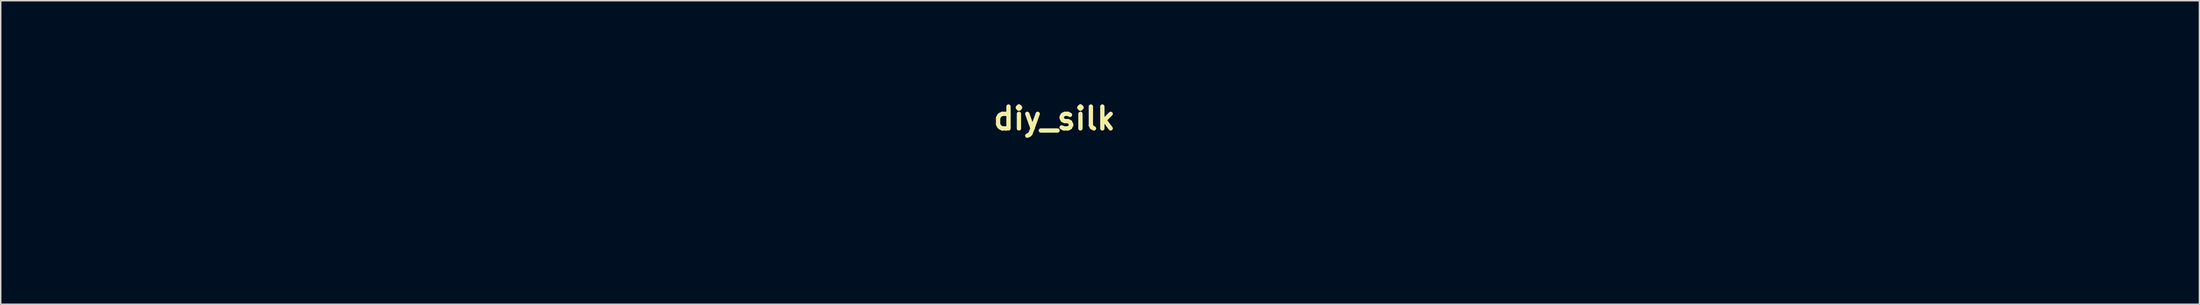
<source format=kicad_pcb>
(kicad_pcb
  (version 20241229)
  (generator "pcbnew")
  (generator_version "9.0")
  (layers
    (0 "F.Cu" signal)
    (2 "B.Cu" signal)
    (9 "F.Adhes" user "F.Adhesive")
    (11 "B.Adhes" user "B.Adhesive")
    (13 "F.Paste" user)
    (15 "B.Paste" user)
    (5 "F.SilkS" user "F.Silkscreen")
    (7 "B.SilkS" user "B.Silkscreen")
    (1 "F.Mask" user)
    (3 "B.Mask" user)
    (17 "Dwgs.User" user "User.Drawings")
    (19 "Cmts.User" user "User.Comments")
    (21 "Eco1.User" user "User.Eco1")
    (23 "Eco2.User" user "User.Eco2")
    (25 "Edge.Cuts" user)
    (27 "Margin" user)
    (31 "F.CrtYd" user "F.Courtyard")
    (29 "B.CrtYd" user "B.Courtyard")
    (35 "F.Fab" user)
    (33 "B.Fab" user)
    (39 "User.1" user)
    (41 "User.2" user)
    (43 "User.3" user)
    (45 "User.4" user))
  (footprint "diy_silk"
    (layer "F.Cu")
    (at 70.343 5.208)
    (property "Reference" "diy_silk" (at 0 0 0) (layer "F.SilkS") (effects (font (size 1.524 1.524) (thickness 0.3))))
    (attr through_hole)
    (fp_poly (pts (xy -33.275 5.21) (xy -33.253 5.421) (xy -33.275 5.447) (xy -33.38 5.423) (xy -33.393 5.329) (xy -33.328 5.182) (xy -33.275 5.21)) (stroke (width 0.01) (type solid)) (fill yes) (layer "F.Mask"))
    (fp_poly (pts (xy 52.517 5.21) (xy 52.538 5.421) (xy 52.517 5.447) (xy 52.411 5.423) (xy 52.399 5.329) (xy 52.464 5.182) (xy 52.517 5.21)) (stroke (width 0.01) (type solid)) (fill yes) (layer "F.Mask"))
    (fp_poly (pts (xy 30.444 -0.034) (xy 30.659 0.39) (xy 30.659 1.083) (xy 30.649 1.153) (xy 30.529 1.954) (xy 28.457 1.954) (xy 28.639 1.238) (xy 28.912 0.616) (xy 29.338 0.122) (xy 29.828 -0.151) (xy 30.02 -0.178) (xy 30.444 -0.034)) (stroke (width 0.01) (type solid)) (fill yes) (layer "F.Mask"))
    (fp_poly (pts (xy 69.699 -0.034) (xy 69.913 0.39) (xy 69.914 1.083) (xy 69.904 1.153) (xy 69.784 1.954) (xy 67.712 1.954) (xy 67.894 1.238) (xy 68.167 0.616) (xy 68.593 0.122) (xy 69.083 -0.151) (xy 69.275 -0.178) (xy 69.699 -0.034)) (stroke (width 0.01) (type solid)) (fill yes) (layer "F.Mask"))
    (fp_poly (pts (xy 0.39 2.696) (xy 1.017 2.753) (xy 0.767 3.604) (xy 0.492 4.271) (xy 0.091 4.706) (xy -0.052 4.802) (xy -0.478 5.051) (xy -0.736 5.127) (xy -0.959 5.044) (xy -1.157 4.905) (xy -1.368 4.687) (xy -1.405 4.387) (xy -1.324 3.989) (xy -0.994 3.288) (xy -0.452 2.841) (xy 0.248 2.689) (xy 0.39 2.696)) (stroke (width 0.01) (type solid)) (fill yes) (layer "F.Mask"))
    (fp_poly (pts (xy 21.349 2.696) (xy 21.976 2.753) (xy 21.727 3.604) (xy 21.451 4.271) (xy 21.051 4.706) (xy 20.908 4.802) (xy 20.481 5.051) (xy 20.224 5.127) (xy 20.001 5.044) (xy 19.803 4.905) (xy 19.592 4.687) (xy 19.555 4.387) (xy 19.635 3.989) (xy 19.965 3.288) (xy 20.507 2.841) (xy 21.207 2.689) (xy 21.349 2.696)) (stroke (width 0.01) (type solid)) (fill yes) (layer "F.Mask"))
    (fp_poly (pts (xy -42.444 0.088) (xy -42.309 0.574) (xy -42.347 1.344) (xy -42.545 2.387) (xy -42.774 3.286) (xy -42.99 3.9) (xy -43.226 4.295) (xy -43.515 4.537) (xy -43.634 4.599) (xy -44.182 4.778) (xy -44.562 4.708) (xy -44.757 4.534) (xy -44.845 4.337) (xy -44.856 4.005) (xy -44.784 3.472) (xy -44.622 2.672) (xy -44.593 2.536) (xy -44.346 1.512) (xy -44.111 0.788) (xy -43.861 0.311) (xy -43.568 0.028) (xy -43.246 -0.106) (xy -42.755 -0.134) (xy -42.444 0.088)) (stroke (width 0.01) (type solid)) (fill yes) (layer "F.Mask"))
    (fp_poly (pts (xy -26.184 -0.106) (xy -25.916 0.109) (xy -25.82 0.449) (xy -25.832 1.032) (xy -25.933 1.768) (xy -26.103 2.569) (xy -26.321 3.346) (xy -26.568 4.01) (xy -26.825 4.472) (xy -26.918 4.574) (xy -27.467 4.915) (xy -27.948 4.927) (xy -28.206 4.76) (xy -28.346 4.549) (xy -28.402 4.236) (xy -28.371 3.76) (xy -28.249 3.061) (xy -28.049 2.145) (xy -27.834 1.302) (xy -27.635 0.735) (xy -27.417 0.367) (xy -27.225 0.178) (xy -26.658 -0.133) (xy -26.184 -0.106)) (stroke (width 0.01) (type solid)) (fill yes) (layer "F.Mask"))
    (fp_poly (pts (xy -21.033 -0.106) (xy -20.765 0.109) (xy -20.669 0.449) (xy -20.681 1.032) (xy -20.782 1.768) (xy -20.952 2.569) (xy -21.17 3.346) (xy -21.417 4.01) (xy -21.674 4.472) (xy -21.767 4.574) (xy -22.316 4.915) (xy -22.797 4.927) (xy -23.055 4.76) (xy -23.195 4.549) (xy -23.251 4.236) (xy -23.22 3.76) (xy -23.098 3.061) (xy -22.897 2.145) (xy -22.683 1.302) (xy -22.484 0.735) (xy -22.266 0.367) (xy -22.074 0.178) (xy -21.507 -0.133) (xy -21.033 -0.106)) (stroke (width 0.01) (type solid)) (fill yes) (layer "F.Mask"))
    (fp_poly (pts (xy 9.756 0.058) (xy 9.9 0.506) (xy 9.884 1.226) (xy 9.714 2.239) (xy 9.598 2.751) (xy 9.369 3.589) (xy 9.13 4.153) (xy 8.848 4.524) (xy 8.795 4.572) (xy 8.239 4.912) (xy 7.759 4.923) (xy 7.453 4.698) (xy 7.36 4.511) (xy 7.338 4.211) (xy 7.394 3.732) (xy 7.532 3.004) (xy 7.613 2.618) (xy 7.859 1.575) (xy 8.093 0.833) (xy 8.341 0.34) (xy 8.628 0.044) (xy 8.974 -0.106) (xy 9.45 -0.139) (xy 9.756 0.058)) (stroke (width 0.01) (type solid)) (fill yes) (layer "F.Mask"))
    (fp_poly (pts (xy 43.267 -0.106) (xy 43.534 0.109) (xy 43.63 0.449) (xy 43.618 1.032) (xy 43.517 1.768) (xy 43.348 2.569) (xy 43.129 3.346) (xy 42.882 4.01) (xy 42.626 4.472) (xy 42.533 4.574) (xy 41.983 4.915) (xy 41.502 4.927) (xy 41.244 4.76) (xy 41.104 4.549) (xy 41.048 4.236) (xy 41.079 3.76) (xy 41.201 3.061) (xy 41.402 2.145) (xy 41.616 1.302) (xy 41.816 0.735) (xy 42.033 0.367) (xy 42.225 0.178) (xy 42.792 -0.133) (xy 43.267 -0.106)) (stroke (width 0.01) (type solid)) (fill yes) (layer "F.Mask"))
    (fp_poly (pts (xy 59.608 -0.106) (xy 59.875 0.109) (xy 59.972 0.449) (xy 59.959 1.032) (xy 59.858 1.768) (xy 59.689 2.569) (xy 59.471 3.346) (xy 59.223 4.01) (xy 58.967 4.472) (xy 58.874 4.574) (xy 58.324 4.915) (xy 57.843 4.927) (xy 57.585 4.76) (xy 57.445 4.549) (xy 57.389 4.236) (xy 57.42 3.76) (xy 57.542 3.061) (xy 57.743 2.145) (xy 57.957 1.302) (xy 58.157 0.735) (xy 58.374 0.367) (xy 58.566 0.178) (xy 59.133 -0.133) (xy 59.608 -0.106)) (stroke (width 0.01) (type solid)) (fill yes) (layer "F.Mask"))
    (fp_poly (pts (xy -32.048 -0.668) (xy -32.049 -0.469) (xy -32.12 0.015) (xy -32.248 0.721) (xy -32.423 1.588) (xy -32.536 2.115) (xy -32.762 3.131) (xy -32.932 3.852) (xy -33.067 4.327) (xy -33.188 4.608) (xy -33.315 4.746) (xy -33.467 4.791) (xy -33.604 4.796) (xy -33.999 4.735) (xy -34.195 4.614) (xy -34.201 4.381) (xy -34.138 3.873) (xy -34.017 3.159) (xy -33.848 2.31) (xy -33.809 2.127) (xy -33.311 -0.178) (xy -32.73 -0.178) (xy -32.304 -0.234) (xy -32.153 -0.426) (xy -32.15 -0.474) (xy -32.103 -0.676) (xy -32.048 -0.668)) (stroke (width 0.01) (type solid)) (fill yes) (layer "F.Mask"))
    (fp_poly (pts (xy 53.743 -0.668) (xy 53.742 -0.469) (xy 53.672 0.015) (xy 53.544 0.721) (xy 53.369 1.588) (xy 53.255 2.115) (xy 53.03 3.131) (xy 52.86 3.852) (xy 52.724 4.327) (xy 52.604 4.608) (xy 52.477 4.746) (xy 52.325 4.791) (xy 52.187 4.796) (xy 51.793 4.735) (xy 51.597 4.614) (xy 51.591 4.381) (xy 51.654 3.873) (xy 51.775 3.159) (xy 51.943 2.31) (xy 51.982 2.127) (xy 52.48 -0.178) (xy 53.061 -0.178) (xy 53.488 -0.234) (xy 53.639 -0.426) (xy 53.642 -0.474) (xy 53.689 -0.676) (xy 53.743 -0.668)) (stroke (width 0.01) (type solid)) (fill yes) (layer "F.Mask"))
    (fp_poly (pts (xy -64.577 -2.733) (xy -64.059 -2.439) (xy -63.792 -2.008) (xy -63.771 -1.821) (xy -63.81 -1.544) (xy -63.915 -0.991) (xy -64.072 -0.23) (xy -64.267 0.67) (xy -64.369 1.127) (xy -64.652 2.323) (xy -64.908 3.216) (xy -65.167 3.851) (xy -65.461 4.277) (xy -65.82 4.539) (xy -66.276 4.686) (xy -66.77 4.754) (xy -67.291 4.775) (xy -67.615 4.729) (xy -67.674 4.674) (xy -67.637 4.457) (xy -67.533 3.948) (xy -67.443 3.524) (xy -66.252 3.524) (xy -66.24 3.552) (xy -66.1 3.402) (xy -65.938 3.033) (xy -65.918 2.975) (xy -65.806 2.57) (xy -65.641 1.914) (xy -65.449 1.103) (xy -65.282 0.371) (xy -65.072 -0.62) (xy -64.956 -1.296) (xy -64.933 -1.682) (xy -64.999 -1.804) (xy -65.114 -1.732) (xy -65.2 -1.519) (xy -65.331 -1.046) (xy -65.494 -0.384) (xy -65.672 0.396) (xy -65.849 1.22) (xy -66.011 2.017) (xy -66.143 2.714) (xy -66.228 3.241) (xy -66.252 3.524) (xy -67.443 3.524) (xy -67.374 3.201) (xy -67.172 2.27) (xy -66.938 1.21) (xy -66.875 0.927) (xy -66.635 -0.152) (xy -66.424 -1.11) (xy -66.253 -1.893) (xy -66.134 -2.45) (xy -66.078 -2.727) (xy -66.076 -2.747) (xy -65.917 -2.804) (xy -65.515 -2.838) (xy -65.276 -2.842) (xy -64.577 -2.733)) (stroke (width 0.01) (type solid)) (fill yes) (layer "F.Mask"))
    (fp_poly (pts (xy 12.409 -5.008) (xy 12.523 -4.973) (xy 13.101 -4.671) (xy 13.397 -4.216) (xy 13.428 -3.563) (xy 13.337 -3.095) (xy 13.224 -2.57) (xy 13.236 -2.247) (xy 13.389 -1.987) (xy 13.491 -1.874) (xy 13.753 -1.529) (xy 13.855 -1.274) (xy 13.956 -1.261) (xy 14.213 -1.471) (xy 14.373 -1.64) (xy 14.763 -2.013) (xy 15.157 -2.181) (xy 15.72 -2.22) (xy 16.296 -2.179) (xy 16.681 -2.011) (xy 16.978 -1.722) (xy 17.407 -1.224) (xy 17.83 -1.715) (xy 18.061 -1.953) (xy 18.315 -2.104) (xy 18.682 -2.194) (xy 19.252 -2.247) (xy 19.828 -2.275) (xy 20.984 -2.319) (xy 21.848 -2.33) (xy 22.48 -2.306) (xy 22.94 -2.244) (xy 23.292 -2.139) (xy 23.443 -2.071) (xy 23.913 -1.922) (xy 24.128 -1.996) (xy 24.428 -2.112) (xy 25.002 -2.178) (xy 25.768 -2.19) (xy 26.288 -2.168) (xy 26.764 -2.161) (xy 27.42 -2.179) (xy 28.151 -2.216) (xy 28.855 -2.266) (xy 29.425 -2.321) (xy 29.757 -2.376) (xy 29.777 -2.383) (xy 30.089 -2.404) (xy 30.601 -2.349) (xy 30.924 -2.289) (xy 31.829 -1.945) (xy 32.543 -1.372) (xy 33.004 -0.628) (xy 33.123 -0.198) (xy 33.14 0.283) (xy 33.086 0.953) (xy 32.977 1.706) (xy 32.833 2.437) (xy 32.672 3.043) (xy 32.512 3.419) (xy 32.484 3.455) (xy 32.368 3.744) (xy 32.327 4.13) (xy 32.161 4.924) (xy 31.707 5.669) (xy 31.032 6.318) (xy 30.204 6.822) (xy 29.29 7.135) (xy 28.358 7.208) (xy 28.026 7.165) (xy 27.15 6.879) (xy 26.397 6.408) (xy 25.86 5.819) (xy 25.703 5.506) (xy 25.631 5.455) (xy 25.592 5.711) (xy 25.592 5.728) (xy 25.44 6.247) (xy 25.086 6.695) (xy 24.64 6.942) (xy 24.556 6.956) (xy 24.227 6.974) (xy 23.628 6.998) (xy 22.845 7.024) (xy 21.965 7.05) (xy 21.073 7.073) (xy 20.254 7.092) (xy 19.595 7.104) (xy 19.194 7.106) (xy 18.606 7.007) (xy 18.031 6.775) (xy 18.015 6.765) (xy 17.622 6.559) (xy 17.386 6.543) (xy 17.168 6.71) (xy 16.758 6.911) (xy 16.079 7) (xy 15.978 7.003) (xy 15.394 6.982) (xy 15.018 6.863) (xy 14.706 6.595) (xy 14.639 6.518) (xy 14.21 6.019) (xy 13.81 6.484) (xy 13.27 6.869) (xy 12.571 7.051) (xy 11.864 7.002) (xy 11.545 6.879) (xy 11.178 6.736) (xy 10.808 6.773) (xy 10.489 6.889) (xy 9.814 7.046) (xy 9.246 7.04) (xy 8.637 7.016) (xy 7.981 7.088) (xy 7.904 7.105) (xy 6.942 7.176) (xy 6.069 6.956) (xy 5.353 6.474) (xy 4.867 5.773) (xy 4.632 5.24) (xy 4.625 5.728) (xy 4.479 6.246) (xy 4.127 6.695) (xy 3.679 6.944) (xy 3.597 6.957) (xy 3.301 6.971) (xy 2.735 6.986) (xy 1.984 7.001) (xy 1.243 7.011) (xy 0.394 7.03) (xy -0.349 7.062) (xy -0.901 7.102) (xy -1.155 7.139) (xy -1.565 7.163) (xy -2.086 7.084) (xy -2.131 7.072) (xy -2.638 6.959) (xy -3.038 6.914) (xy -3.064 6.914) (xy -3.996 6.951) (xy -4.64 6.965) (xy -5.065 6.949) (xy -5.337 6.894) (xy -5.525 6.794) (xy -5.695 6.64) (xy -5.722 6.613) (xy -5.919 6.394) (xy -6.016 6.173) (xy -6.023 5.85) (xy -5.948 5.33) (xy -5.876 4.932) (xy -5.746 4.22) (xy -5.63 3.584) (xy -5.554 3.159) (xy -5.553 3.153) (xy -5.542 2.802) (xy -5.633 2.664) (xy -5.737 2.827) (xy -5.886 3.265) (xy -6.059 3.908) (xy -6.192 4.485) (xy -6.427 5.484) (xy -6.66 6.183) (xy -6.933 6.633) (xy -7.288 6.885) (xy -7.768 6.992) (xy -8.256 7.007) (xy -9.093 6.901) (xy -9.656 6.608) (xy -9.925 6.141) (xy -9.947 5.925) (xy -9.925 5.73) (xy -8.881 5.73) (xy -8.725 5.815) (xy -8.339 5.835) (xy -8.218 5.828) (xy -7.555 5.773) (xy -7.175 4.056) (xy -6.956 3.048) (xy -6.794 2.333) (xy -6.654 1.862) (xy -6.501 1.585) (xy -6.3 1.451) (xy -6.016 1.412) (xy -5.615 1.417) (xy -5.325 1.421) (xy -4.713 1.434) (xy -4.27 1.468) (xy -4.086 1.517) (xy -4.085 1.52) (xy -4.122 1.723) (xy -4.222 2.199) (xy -4.37 2.874) (xy -4.529 3.587) (xy -4.707 4.386) (xy -4.85 5.06) (xy -4.944 5.532) (xy -4.973 5.719) (xy -4.818 5.811) (xy -4.432 5.835) (xy -4.312 5.828) (xy -3.65 5.773) (xy -3.506 5.134) (xy -2.794 5.134) (xy -2.572 5.666) (xy -2.098 5.96) (xy -1.461 6.038) (xy -0.837 5.982) (xy -0.278 5.844) (xy -0.133 5.782) (xy 0.206 5.654) (xy 0.355 5.696) (xy 0.355 5.705) (xy 0.511 5.806) (xy 0.897 5.835) (xy 1.018 5.828) (xy 1.681 5.773) (xy 1.7 5.687) (xy 2.192 5.687) (xy 2.296 5.825) (xy 2.642 5.86) (xy 2.839 5.862) (xy 3.285 5.84) (xy 3.534 5.788) (xy 3.552 5.766) (xy 3.598 5.427) (xy 3.719 4.84) (xy 3.893 4.091) (xy 4.098 3.269) (xy 4.312 2.462) (xy 4.511 1.756) (xy 4.675 1.24) (xy 4.763 1.024) (xy 5.069 0.665) (xy 5.497 0.351) (xy 5.963 0.117) (xy 6.383 -0.000378) (xy 6.671 0.034) (xy 6.75 0.188) (xy 6.712 0.428) (xy 6.611 0.937) (xy 6.462 1.636) (xy 6.306 2.344) (xy 6.045 3.585) (xy 5.904 4.525) (xy 5.895 5.199) (xy 6.029 5.644) (xy 6.318 5.897) (xy 6.772 5.994) (xy 7.404 5.972) (xy 7.443 5.968) (xy 8.218 5.909) (xy 9.033 5.876) (xy 9.348 5.873) (xy 10.259 5.88) (xy 10.531 4.672) (xy 10.705 3.888) (xy 10.911 2.947) (xy 11.108 2.04) (xy 11.126 1.954) (xy 11.284 1.251) (xy 11.394 0.86) (xy 11.473 0.744) (xy 11.539 0.865) (xy 11.566 0.977) (xy 11.616 1.377) (xy 11.66 2.029) (xy 11.691 2.831) (xy 11.702 3.405) (xy 11.72 4.214) (xy 11.754 4.909) (xy 11.796 5.4) (xy 11.831 5.581) (xy 12.094 5.799) (xy 12.517 5.862) (xy 12.762 5.849) (xy 12.958 5.775) (xy 13.144 5.588) (xy 13.361 5.235) (xy 13.646 4.663) (xy 14.036 3.826) (xy 14.402 3.066) (xy 14.726 2.45) (xy 14.975 2.036) (xy 15.117 1.881) (xy 15.127 1.883) (xy 15.187 2.087) (xy 15.235 2.571) (xy 15.267 3.256) (xy 15.276 3.918) (xy 15.276 5.862) (xy 16.52 5.862) (xy 17.805 3.286) (xy 18.285 2.328) (xy 18.641 1.643) (xy 18.906 1.185) (xy 19.112 0.908) (xy 19.293 0.768) (xy 19.482 0.717) (xy 19.661 0.71) (xy 20.318 0.539) (xy 20.677 0.266) (xy 21.168 -0.099) (xy 21.647 -0.146) (xy 22.037 0.006) (xy 22.322 0.351) (xy 22.356 0.946) (xy 22.268 1.377) (xy 22.172 1.599) (xy 21.976 1.719) (xy 21.588 1.768) (xy 21.072 1.777) (xy 20.018 1.895) (xy 19.215 2.257) (xy 18.644 2.882) (xy 18.285 3.784) (xy 18.18 4.344) (xy 18.166 5.134) (xy 18.388 5.666) (xy 18.862 5.96) (xy 19.498 6.038) (xy 20.123 5.982) (xy 20.682 5.844) (xy 20.826 5.782) (xy 21.165 5.654) (xy 21.314 5.696) (xy 21.315 5.705) (xy 21.47 5.806) (xy 21.856 5.835) (xy 21.977 5.828) (xy 22.64 5.773) (xy 22.659 5.687) (xy 23.152 5.687) (xy 23.256 5.825) (xy 23.601 5.86) (xy 23.798 5.862) (xy 24.244 5.84) (xy 24.493 5.788) (xy 24.512 5.766) (xy 24.557 5.427) (xy 24.678 4.84) (xy 24.852 4.091) (xy 25.057 3.269) (xy 25.271 2.462) (xy 25.471 1.756) (xy 25.634 1.24) (xy 25.723 1.024) (xy 26.119 0.586) (xy 26.686 0.217) (xy 27.263 0.014) (xy 27.421 0) (xy 27.605 0.065) (xy 27.562 0.32) (xy 27.529 0.4) (xy 27.387 0.832) (xy 27.213 1.505) (xy 27.031 2.311) (xy 26.861 3.144) (xy 26.727 3.897) (xy 26.652 4.461) (xy 26.643 4.624) (xy 26.807 5.237) (xy 27.079 5.603) (xy 27.415 5.869) (xy 27.82 6.001) (xy 28.428 6.039) (xy 28.509 6.039) (xy 29.17 5.992) (xy 29.765 5.87) (xy 30.011 5.776) (xy 30.54 5.402) (xy 30.977 4.914) (xy 31.231 4.428) (xy 31.262 4.239) (xy 31.132 3.964) (xy 30.804 3.879) (xy 30.373 3.974) (xy 29.933 4.235) (xy 29.724 4.441) (xy 29.243 4.847) (xy 28.763 4.989) (xy 28.36 4.876) (xy 28.111 4.521) (xy 28.067 4.2) (xy 28.083 3.596) (xy 28.169 3.205) (xy 28.387 2.979) (xy 28.8 2.874) (xy 29.473 2.844) (xy 29.943 2.842) (xy 31.603 2.842) (xy 31.787 2.158) (xy 31.932 1.526) (xy 32.06 0.816) (xy 32.084 0.657) (xy 32.129 0.124) (xy 32.043 -0.232) (xy 31.769 -0.583) (xy 31.633 -0.722) (xy 31.303 -1.027) (xy 31.008 -1.187) (xy 30.625 -1.239) (xy 30.028 -1.217) (xy 29.933 -1.211) (xy 29.063 -1.096) (xy 28.518 -0.88) (xy 28.442 -0.82) (xy 28.192 -0.608) (xy 28.136 -0.653) (xy 28.186 -0.872) (xy 28.2 -1.138) (xy 27.989 -1.234) (xy 27.774 -1.243) (xy 27.275 -1.148) (xy 26.736 -0.918) (xy 26.683 -0.887) (xy 26.239 -0.629) (xy 26.017 -0.556) (xy 25.94 -0.66) (xy 25.933 -0.81) (xy 25.842 -0.994) (xy 25.518 -1.045) (xy 25.279 -1.032) (xy 24.625 -0.977) (xy 23.976 1.96) (xy 23.751 2.97) (xy 23.546 3.89) (xy 23.374 4.651) (xy 23.252 5.182) (xy 23.205 5.379) (xy 23.152 5.687) (xy 22.659 5.687) (xy 23.216 3.197) (xy 23.474 2.019) (xy 23.65 1.132) (xy 23.745 0.483) (xy 23.762 0.018) (xy 23.703 -0.317) (xy 23.57 -0.574) (xy 23.365 -0.807) (xy 22.834 -1.118) (xy 22.108 -1.259) (xy 21.308 -1.227) (xy 20.552 -1.02) (xy 20.27 -0.876) (xy 19.894 -0.667) (xy 19.753 -0.657) (xy 19.776 -0.788) (xy 19.776 -0.973) (xy 19.54 -1.054) (xy 19.222 -1.066) (xy 18.562 -1.065) (xy 16.375 3.464) (xy 16.341 -1.066) (xy 15.746 -1.066) (xy 15.506 -1.056) (xy 15.313 -0.992) (xy 15.131 -0.826) (xy 14.924 -0.507) (xy 14.655 0.015) (xy 14.289 0.789) (xy 14.103 1.189) (xy 13.055 3.443) (xy 12.966 1.233) (xy 12.878 -0.977) (xy 12.389 -1.033) (xy 12.066 -1.122) (xy 11.922 -1.339) (xy 11.938 -1.756) (xy 12.062 -2.309) (xy 12.253 -3.059) (xy 12.351 -3.529) (xy 12.343 -3.783) (xy 12.215 -3.888) (xy 11.955 -3.909) (xy 11.749 -3.908) (xy 11.058 -3.908) (xy 10.741 -2.398) (xy 10.527 -1.54) (xy 10.315 -1.031) (xy 10.102 -0.863) (xy 9.882 -1.029) (xy 9.858 -1.066) (xy 9.611 -1.184) (xy 9.144 -1.236) (xy 8.585 -1.221) (xy 8.064 -1.143) (xy 7.768 -1.04) (xy 7.454 -0.926) (xy 7.321 -1.04) (xy 7.098 -1.211) (xy 6.668 -1.223) (xy 6.138 -1.088) (xy 5.724 -0.887) (xy 5.28 -0.629) (xy 5.057 -0.556) (xy 4.981 -0.66) (xy 4.973 -0.81) (xy 4.882 -0.994) (xy 4.559 -1.045) (xy 4.32 -1.032) (xy 3.666 -0.977) (xy 3.016 1.96) (xy 2.792 2.97) (xy 2.586 3.89) (xy 2.415 4.651) (xy 2.293 5.182) (xy 2.246 5.379) (xy 2.192 5.687) (xy 1.7 5.687) (xy 2.256 3.197) (xy 2.515 2.019) (xy 2.69 1.132) (xy 2.786 0.483) (xy 2.803 0.018) (xy 2.744 -0.317) (xy 2.61 -0.574) (xy 2.406 -0.807) (xy 2.07 -1.073) (xy 1.665 -1.205) (xy 1.058 -1.243) (xy 0.976 -1.243) (xy -0.043 -1.111) (xy -0.9 -0.736) (xy -1.536 -0.152) (xy -1.833 0.4) (xy -1.796 0.636) (xy -1.529 0.734) (xy -1.127 0.702) (xy -0.684 0.547) (xy -0.294 0.278) (xy -0.283 0.266) (xy 0.209 -0.099) (xy 0.687 -0.146) (xy 1.077 0.006) (xy 1.362 0.351) (xy 1.397 0.946) (xy 1.309 1.377) (xy 1.213 1.599) (xy 1.016 1.719) (xy 0.629 1.768) (xy 0.113 1.777) (xy -0.941 1.895) (xy -1.744 2.257) (xy -2.316 2.882) (xy -2.674 3.784) (xy -2.78 4.344) (xy -2.794 5.134) (xy -3.506 5.134) (xy -2.633 1.243) (xy -2.359 0.011) (xy -2.112 -1.117) (xy -1.903 -2.093) (xy -1.742 -2.865) (xy -1.64 -3.386) (xy -1.608 -3.597) (xy -1.69 -3.815) (xy -2.009 -3.901) (xy -2.217 -3.908) (xy -2.463 -3.911) (xy -2.643 -3.887) (xy -2.78 -3.784) (xy -2.899 -3.553) (xy -3.022 -3.143) (xy -3.174 -2.502) (xy -3.378 -1.579) (xy -3.446 -1.273) (xy -3.826 0.444) (xy -5.116 0.496) (xy -5.778 0.518) (xy -6.156 0.502) (xy -6.319 0.428) (xy -6.339 0.275) (xy -6.312 0.141) (xy -6.234 -0.199) (xy -6.098 -0.791) (xy -5.925 -1.541) (xy -5.799 -2.087) (xy -5.379 -3.908) (xy -6.052 -3.908) (xy -6.558 -3.85) (xy -6.797 -3.656) (xy -6.82 -3.597) (xy -6.889 -3.322) (xy -7.019 -2.769) (xy -7.196 -1.993) (xy -7.408 -1.052) (xy -7.643 -0.001) (xy -7.888 1.104) (xy -8.131 2.207) (xy -8.359 3.251) (xy -8.561 4.181) (xy -8.723 4.94) (xy -8.834 5.472) (xy -8.88 5.721) (xy -8.881 5.73) (xy -9.925 5.73) (xy -9.908 5.574) (xy -9.798 4.949) (xy -9.63 4.104) (xy -9.417 3.092) (xy -9.17 1.967) (xy -8.902 0.783) (xy -8.626 -0.407) (xy -8.354 -1.548) (xy -8.099 -2.588) (xy -7.871 -3.472) (xy -7.685 -4.146) (xy -7.553 -4.558) (xy -7.506 -4.655) (xy -7.083 -4.921) (xy -6.465 -5.071) (xy -5.798 -5.088) (xy -5.229 -4.952) (xy -5.217 -4.947) (xy -4.78 -4.676) (xy -4.525 -4.329) (xy -4.439 -3.84) (xy -4.506 -3.141) (xy -4.662 -2.381) (xy -4.839 -1.512) (xy -4.904 -0.942) (xy -4.857 -0.684) (xy -4.714 -0.733) (xy -4.644 -0.931) (xy -4.522 -1.399) (xy -4.367 -2.059) (xy -4.251 -2.583) (xy -4.018 -3.565) (xy -3.788 -4.247) (xy -3.516 -4.683) (xy -3.159 -4.928) (xy -2.672 -5.033) (xy -2.23 -5.053) (xy -1.575 -5.022) (xy -1.148 -4.893) (xy -0.885 -4.693) (xy -0.632 -4.372) (xy -0.52 -3.997) (xy -0.535 -3.464) (xy -0.624 -2.877) (xy -0.759 -2.113) (xy -0.246 -2.25) (xy 0.499 -2.359) (xy 1.336 -2.343) (xy 2.098 -2.214) (xy 2.462 -2.081) (xy 2.943 -1.925) (xy 3.169 -1.996) (xy 3.468 -2.111) (xy 4.038 -2.178) (xy 4.797 -2.19) (xy 5.329 -2.167) (xy 5.739 -2.166) (xy 6.357 -2.192) (xy 6.927 -2.23) (xy 7.686 -2.287) (xy 8.437 -2.337) (xy 8.868 -2.361) (xy 9.654 -2.399) (xy 9.864 -3.334) (xy 10.044 -3.937) (xy 10.268 -4.438) (xy 10.391 -4.618) (xy 10.922 -4.963) (xy 11.634 -5.099) (xy 12.409 -5.008)) (stroke (width 0.01) (type solid)) (fill yes) (layer "F.Mask"))
    (fp_poly (pts (xy 39.888 -5.072) (xy 40.827 -4.701) (xy 41.516 -4.104) (xy 41.934 -3.297) (xy 42.007 -2.999) (xy 42.125 -2.368) (xy 43.132 -2.367) (xy 43.858 -2.311) (xy 44.49 -2.164) (xy 44.69 -2.08) (xy 45.142 -1.907) (xy 45.414 -1.969) (xy 45.434 -1.988) (xy 45.7 -2.086) (xy 46.239 -2.172) (xy 46.968 -2.243) (xy 47.805 -2.292) (xy 48.666 -2.315) (xy 49.47 -2.307) (xy 50.133 -2.264) (xy 50.166 -2.26) (xy 50.414 -2.316) (xy 50.577 -2.604) (xy 50.659 -2.922) (xy 50.869 -3.602) (xy 51.193 -4.013) (xy 51.709 -4.214) (xy 52.426 -4.263) (xy 53.281 -4.181) (xy 53.837 -3.924) (xy 54.112 -3.477) (xy 54.129 -2.866) (xy 54.094 -2.44) (xy 54.194 -2.256) (xy 54.507 -2.207) (xy 54.597 -2.203) (xy 55.16 -2.183) (xy 55.596 -2.164) (xy 56.131 -2.16) (xy 56.845 -2.184) (xy 57.621 -2.229) (xy 58.341 -2.286) (xy 58.886 -2.35) (xy 59.064 -2.383) (xy 59.566 -2.407) (xy 60.24 -2.313) (xy 60.931 -2.126) (xy 61.135 -2.049) (xy 61.311 -2.034) (xy 61.444 -2.206) (xy 61.567 -2.629) (xy 61.648 -3.012) (xy 61.818 -3.671) (xy 62.036 -4.244) (xy 62.2 -4.53) (xy 62.707 -4.915) (xy 63.391 -5.1) (xy 64.117 -5.055) (xy 64.284 -5.006) (xy 64.958 -4.918) (xy 65.44 -5.016) (xy 66.08 -5.118) (xy 66.767 -5) (xy 66.791 -4.993) (xy 67.411 -4.704) (xy 67.738 -4.272) (xy 67.793 -3.648) (xy 67.698 -3.129) (xy 67.555 -2.522) (xy 67.546 -2.199) (xy 67.718 -2.101) (xy 68.119 -2.169) (xy 68.402 -2.241) (xy 69.055 -2.34) (xy 69.767 -2.342) (xy 70.43 -2.258) (xy 70.935 -2.1) (xy 71.152 -1.931) (xy 71.356 -1.875) (xy 71.51 -1.968) (xy 71.871 -2.106) (xy 72.491 -2.181) (xy 73.278 -2.185) (xy 73.713 -2.157) (xy 74.152 -2.157) (xy 74.759 -2.2) (xy 75.069 -2.234) (xy 75.643 -2.284) (xy 76.005 -2.228) (xy 76.289 -2.039) (xy 76.375 -1.957) (xy 76.615 -1.654) (xy 76.697 -1.311) (xy 76.654 -0.78) (xy 76.648 -0.737) (xy 76.424 0.153) (xy 76.058 0.723) (xy 75.576 0.974) (xy 75.029 1.088) (xy 74.695 1.157) (xy 74.427 1.251) (xy 74.206 1.443) (xy 74.01 1.782) (xy 73.817 2.319) (xy 73.607 3.103) (xy 73.356 4.183) (xy 73.34 4.255) (xy 73.066 5.385) (xy 72.823 6.175) (xy 72.612 6.619) (xy 72.539 6.698) (xy 71.931 6.966) (xy 71.189 7.057) (xy 70.509 6.951) (xy 70.043 6.858) (xy 69.481 6.903) (xy 68.955 7.022) (xy 67.963 7.178) (xy 67.061 7.128) (xy 66.444 6.925) (xy 66.101 6.88) (xy 65.706 6.959) (xy 65.01 7.028) (xy 64.52 6.939) (xy 63.781 6.84) (xy 63.277 6.939) (xy 62.657 7.016) (xy 61.921 6.917) (xy 61.239 6.677) (xy 60.894 6.451) (xy 60.657 6.296) (xy 60.412 6.342) (xy 60.094 6.551) (xy 59.223 6.983) (xy 58.208 7.174) (xy 57.173 7.115) (xy 56.306 6.83) (xy 55.799 6.479) (xy 55.327 6.004) (xy 55.025 5.542) (xy 55.011 5.506) (xy 54.933 5.418) (xy 54.899 5.651) (xy 54.74 6.311) (xy 54.303 6.756) (xy 53.942 6.916) (xy 53.411 7.008) (xy 52.666 7.038) (xy 51.84 7.009) (xy 51.068 6.928) (xy 50.485 6.799) (xy 50.449 6.786) (xy 49.899 6.732) (xy 49.392 6.882) (xy 48.588 7.054) (xy 47.799 6.94) (xy 47.14 6.554) (xy 47.133 6.548) (xy 46.851 6.338) (xy 46.717 6.351) (xy 46.715 6.373) (xy 46.56 6.581) (xy 46.177 6.806) (xy 45.682 6.996) (xy 45.196 7.097) (xy 45.077 7.102) (xy 44.607 7.017) (xy 44.228 6.869) (xy 43.855 6.736) (xy 43.47 6.782) (xy 43.162 6.897) (xy 42.309 7.118) (xy 41.359 7.155) (xy 40.461 7.012) (xy 39.877 6.774) (xy 39.361 6.535) (xy 39.036 6.528) (xy 39.013 6.543) (xy 38.478 6.817) (xy 37.716 7.024) (xy 36.853 7.145) (xy 36.014 7.162) (xy 35.438 7.085) (xy 34.656 6.737) (xy 33.97 6.144) (xy 33.49 5.41) (xy 33.38 5.101) (xy 33.324 4.81) (xy 33.324 4.807) (xy 34.381 4.807) (xy 34.386 4.838) (xy 34.676 5.45) (xy 35.246 5.847) (xy 36.093 6.028) (xy 36.425 6.039) (xy 37.091 6.006) (xy 37.688 5.922) (xy 37.955 5.85) (xy 38.586 5.498) (xy 39.134 4.999) (xy 39.44 4.529) (xy 39.545 4.323) (xy 39.588 4.426) (xy 39.599 4.671) (xy 39.736 5.156) (xy 40.046 5.603) (xy 40.371 5.864) (xy 40.76 5.996) (xy 41.342 6.037) (xy 41.511 6.038) (xy 42.576 5.902) (xy 43.02 5.687) (xy 44.466 5.687) (xy 44.57 5.825) (xy 44.916 5.86) (xy 45.113 5.862) (xy 45.559 5.842) (xy 45.808 5.792) (xy 45.827 5.771) (xy 45.867 5.5) (xy 45.977 4.965) (xy 46.136 4.247) (xy 46.327 3.424) (xy 46.53 2.575) (xy 46.727 1.78) (xy 46.898 1.117) (xy 47.025 0.666) (xy 47.079 0.516) (xy 47.423 0.135) (xy 47.892 -0.083) (xy 48.375 -0.12) (xy 48.761 0.04) (xy 48.901 0.242) (xy 48.893 0.477) (xy 48.82 0.984) (xy 48.698 1.686) (xy 48.541 2.509) (xy 48.364 3.377) (xy 48.183 4.215) (xy 48.012 4.949) (xy 47.866 5.502) (xy 47.851 5.551) (xy 47.847 5.753) (xy 48.05 5.843) (xy 48.46 5.862) (xy 49.163 5.862) (xy 49.43 4.663) (xy 49.59 3.946) (xy 49.793 3.032) (xy 50.005 2.074) (xy 50.1 1.643) (xy 50.294 0.813) (xy 50.448 0.274) (xy 50.588 -0.031) (xy 50.736 -0.16) (xy 50.841 -0.178) (xy 51.09 -0.086) (xy 51.086 0.133) (xy 50.962 0.599) (xy 50.803 1.275) (xy 50.626 2.074) (xy 50.448 2.912) (xy 50.29 3.702) (xy 50.167 4.358) (xy 50.098 4.794) (xy 50.09 4.898) (xy 50.201 5.325) (xy 50.555 5.619) (xy 51.184 5.792) (xy 52.119 5.86) (xy 52.349 5.862) (xy 53.022 5.851) (xy 53.533 5.823) (xy 53.799 5.782) (xy 53.82 5.766) (xy 53.865 5.427) (xy 53.986 4.84) (xy 54.16 4.091) (xy 54.365 3.269) (xy 54.579 2.462) (xy 54.778 1.756) (xy 54.942 1.24) (xy 55.031 1.024) (xy 55.427 0.586) (xy 55.994 0.217) (xy 56.571 0.014) (xy 56.729 0) (xy 56.913 0.065) (xy 56.87 0.32) (xy 56.837 0.4) (xy 56.695 0.832) (xy 56.521 1.505) (xy 56.338 2.311) (xy 56.169 3.144) (xy 56.035 3.897) (xy 55.96 4.461) (xy 55.951 4.624) (xy 56.115 5.237) (xy 56.387 5.603) (xy 56.713 5.864) (xy 57.101 5.996) (xy 57.683 6.037) (xy 57.852 6.038) (xy 58.776 5.953) (xy 59.449 5.692) (xy 59.879 5.381) (xy 60.213 5.001) (xy 60.302 4.83) (xy 61.102 4.83) (xy 61.262 5.337) (xy 61.702 5.692) (xy 62.366 5.855) (xy 62.542 5.862) (xy 63.003 5.816) (xy 63.232 5.638) (xy 63.299 5.462) (xy 63.393 5.031) (xy 63.337 4.842) (xy 63.276 4.83) (xy 63.588 4.83) (xy 63.748 5.337) (xy 64.189 5.692) (xy 64.853 5.855) (xy 65.029 5.862) (xy 65.498 5.812) (xy 65.725 5.629) (xy 65.774 5.5) (xy 65.853 5.277) (xy 65.98 5.276) (xy 66.244 5.514) (xy 66.319 5.588) (xy 66.658 5.862) (xy 67.055 5.998) (xy 67.645 6.039) (xy 67.764 6.039) (xy 68.424 5.992) (xy 69.019 5.87) (xy 69.266 5.776) (xy 69.392 5.687) (xy 70.577 5.687) (xy 70.681 5.825) (xy 71.026 5.86) (xy 71.223 5.862) (xy 71.67 5.84) (xy 71.918 5.788) (xy 71.937 5.766) (xy 71.982 5.427) (xy 72.103 4.84) (xy 72.278 4.091) (xy 72.483 3.269) (xy 72.696 2.462) (xy 72.896 1.756) (xy 73.059 1.24) (xy 73.148 1.024) (xy 73.612 0.524) (xy 74.275 0.155) (xy 74.984 0.001) (xy 75.028 0) (xy 75.371 -0.073) (xy 75.492 -0.222) (xy 75.538 -0.565) (xy 75.601 -0.844) (xy 75.629 -1.129) (xy 75.439 -1.232) (xy 75.199 -1.243) (xy 74.701 -1.148) (xy 74.161 -0.918) (xy 74.109 -0.887) (xy 73.664 -0.629) (xy 73.442 -0.556) (xy 73.365 -0.66) (xy 73.358 -0.81) (xy 73.267 -0.994) (xy 72.944 -1.045) (xy 72.704 -1.032) (xy 72.05 -0.977) (xy 71.401 1.96) (xy 71.177 2.97) (xy 70.971 3.89) (xy 70.799 4.651) (xy 70.677 5.182) (xy 70.63 5.379) (xy 70.577 5.687) (xy 69.392 5.687) (xy 69.794 5.402) (xy 70.231 4.914) (xy 70.486 4.428) (xy 70.516 4.239) (xy 70.386 3.964) (xy 70.059 3.879) (xy 69.628 3.974) (xy 69.188 4.235) (xy 68.979 4.441) (xy 68.498 4.847) (xy 68.018 4.989) (xy 67.615 4.876) (xy 67.366 4.521) (xy 67.321 4.2) (xy 67.338 3.596) (xy 67.423 3.205) (xy 67.641 2.979) (xy 68.055 2.874) (xy 68.727 2.844) (xy 69.198 2.842) (xy 70.858 2.842) (xy 71.042 2.158) (xy 71.187 1.526) (xy 71.315 0.816) (xy 71.338 0.657) (xy 71.384 0.124) (xy 71.297 -0.232) (xy 71.023 -0.583) (xy 70.888 -0.722) (xy 70.558 -1.026) (xy 70.264 -1.187) (xy 69.882 -1.239) (xy 69.287 -1.218) (xy 69.183 -1.211) (xy 68.468 -1.135) (xy 67.985 -0.99) (xy 67.615 -0.74) (xy 67.574 -0.702) (xy 67.234 -0.345) (xy 66.967 0.051) (xy 66.746 0.555) (xy 66.544 1.238) (xy 66.332 2.17) (xy 66.221 2.72) (xy 66.033 3.622) (xy 65.882 4.226) (xy 65.75 4.587) (xy 65.616 4.758) (xy 65.493 4.795) (xy 65.17 4.665) (xy 65.074 4.529) (xy 65.087 4.306) (xy 65.166 3.795) (xy 65.297 3.058) (xy 65.468 2.155) (xy 65.668 1.144) (xy 65.885 0.087) (xy 66.105 -0.956) (xy 66.317 -1.926) (xy 66.509 -2.763) (xy 66.668 -3.406) (xy 66.721 -3.597) (xy 66.72 -3.8) (xy 66.51 -3.89) (xy 66.117 -3.908) (xy 65.424 -3.908) (xy 64.506 0.222) (xy 64.246 1.411) (xy 64.015 2.506) (xy 63.823 3.454) (xy 63.682 4.199) (xy 63.602 4.685) (xy 63.588 4.83) (xy 63.276 4.83) (xy 63.096 4.796) (xy 63.05 4.796) (xy 62.709 4.68) (xy 62.587 4.529) (xy 62.601 4.306) (xy 62.679 3.795) (xy 62.81 3.058) (xy 62.982 2.155) (xy 63.182 1.144) (xy 63.398 0.087) (xy 63.618 -0.956) (xy 63.83 -1.926) (xy 64.022 -2.763) (xy 64.182 -3.406) (xy 64.234 -3.597) (xy 64.234 -3.8) (xy 64.023 -3.89) (xy 63.63 -3.908) (xy 62.938 -3.908) (xy 62.019 0.222) (xy 61.759 1.411) (xy 61.528 2.506) (xy 61.336 3.454) (xy 61.195 4.199) (xy 61.115 4.685) (xy 61.102 4.83) (xy 60.302 4.83) (xy 60.485 4.482) (xy 60.731 3.758) (xy 60.983 2.76) (xy 61.029 2.56) (xy 61.258 1.498) (xy 61.393 0.716) (xy 61.433 0.154) (xy 61.379 -0.253) (xy 61.23 -0.564) (xy 61.021 -0.807) (xy 60.696 -1.068) (xy 60.307 -1.2) (xy 59.725 -1.242) (xy 59.556 -1.243) (xy 58.614 -1.153) (xy 57.97 -0.903) (xy 57.607 -0.69) (xy 57.469 -0.664) (xy 57.482 -0.825) (xy 57.502 -0.903) (xy 57.501 -1.149) (xy 57.263 -1.237) (xy 57.082 -1.243) (xy 56.583 -1.148) (xy 56.044 -0.918) (xy 55.991 -0.887) (xy 55.547 -0.629) (xy 55.324 -0.556) (xy 55.248 -0.661) (xy 55.241 -0.813) (xy 55.144 -1.002) (xy 54.806 -1.066) (xy 54.574 -1.062) (xy 53.933 -1.045) (xy 53.316 -1.048) (xy 53.309 -1.049) (xy 52.909 -1.085) (xy 52.774 -1.229) (xy 52.817 -1.581) (xy 52.82 -1.599) (xy 52.982 -2.364) (xy 53.07 -2.842) (xy 53.071 -3.098) (xy 52.971 -3.193) (xy 52.755 -3.193) (xy 52.478 -3.165) (xy 52.151 -3.134) (xy 51.936 -3.063) (xy 51.788 -2.883) (xy 51.664 -2.524) (xy 51.519 -1.92) (xy 51.437 -1.554) (xy 51.267 -1.181) (xy 50.929 -1.066) (xy 50.885 -1.066) (xy 50.553 -0.995) (xy 50.445 -0.861) (xy 50.342 -0.797) (xy 50.12 -0.949) (xy 49.676 -1.158) (xy 49.041 -1.237) (xy 48.354 -1.184) (xy 47.756 -0.997) (xy 47.736 -0.986) (xy 47.397 -0.858) (xy 47.248 -0.901) (xy 47.248 -0.909) (xy 47.092 -1.011) (xy 46.707 -1.039) (xy 46.594 -1.032) (xy 45.94 -0.977) (xy 45.29 1.96) (xy 45.066 2.97) (xy 44.86 3.89) (xy 44.689 4.651) (xy 44.567 5.182) (xy 44.52 5.379) (xy 44.466 5.687) (xy 43.02 5.687) (xy 43.413 5.496) (xy 43.968 4.9) (xy 44.129 4.536) (xy 44.328 3.914) (xy 44.543 3.127) (xy 44.752 2.268) (xy 44.932 1.43) (xy 45.06 0.706) (xy 45.115 0.187) (xy 45.116 0.146) (xy 44.965 -0.416) (xy 44.68 -0.807) (xy 44.354 -1.068) (xy 43.966 -1.2) (xy 43.384 -1.242) (xy 43.215 -1.243) (xy 42.151 -1.096) (xy 41.297 -0.667) (xy 40.67 0.031) (xy 40.285 0.985) (xy 40.236 1.22) (xy 40.106 1.86) (xy 39.952 2.514) (xy 39.947 2.531) (xy 39.806 2.962) (xy 39.6 3.151) (xy 39.2 3.196) (xy 39.07 3.197) (xy 38.604 3.23) (xy 38.4 3.356) (xy 38.366 3.528) (xy 38.225 4.062) (xy 37.859 4.491) (xy 37.358 4.782) (xy 36.808 4.904) (xy 36.299 4.823) (xy 35.919 4.507) (xy 35.882 4.445) (xy 35.861 4.166) (xy 35.915 3.613) (xy 35.916 3.605) (xy 36.945 3.605) (xy 37.003 3.712) (xy 37.178 3.496) (xy 37.449 3.001) (xy 37.922 2.441) (xy 38.366 2.216) (xy 38.729 2.065) (xy 38.951 1.844) (xy 39.103 1.45) (xy 39.207 1.017) (xy 39.428 0.023) (xy 38.878 -0.527) (xy 38.507 -0.979) (xy 38.397 -1.372) (xy 38.414 -1.532) (xy 38.449 -1.831) (xy 38.358 -1.83) (xy 38.274 -1.748) (xy 38.174 -1.518) (xy 38.018 -1.018) (xy 37.825 -0.323) (xy 37.613 0.49) (xy 37.403 1.345) (xy 37.212 2.164) (xy 37.061 2.873) (xy 36.967 3.393) (xy 36.945 3.605) (xy 35.916 3.605) (xy 36.029 2.856) (xy 36.19 1.966) (xy 36.383 1.011) (xy 36.594 0.061) (xy 36.809 -0.812) (xy 37.014 -1.539) (xy 37.194 -2.051) (xy 37.212 -2.091) (xy 37.583 -2.616) (xy 38.065 -2.922) (xy 38.582 -3.018) (xy 39.056 -2.912) (xy 39.41 -2.613) (xy 39.567 -2.129) (xy 39.55 -1.834) (xy 39.508 -1.45) (xy 39.611 -1.284) (xy 39.948 -1.244) (xy 40.131 -1.243) (xy 40.57 -1.268) (xy 40.785 -1.409) (xy 40.891 -1.77) (xy 40.919 -1.942) (xy 40.939 -2.798) (xy 40.685 -3.433) (xy 40.152 -3.852) (xy 39.336 -4.059) (xy 38.813 -4.085) (xy 37.681 -3.951) (xy 36.779 -3.551) (xy 36.172 -2.97) (xy 36.016 -2.637) (xy 35.813 -2.023) (xy 35.579 -1.197) (xy 35.33 -0.226) (xy 35.081 0.82) (xy 34.847 1.874) (xy 34.645 2.868) (xy 34.489 3.734) (xy 34.396 4.403) (xy 34.381 4.807) (xy 33.324 4.807) (xy 33.313 4.461) (xy 33.355 3.999) (xy 33.457 3.369) (xy 33.627 2.515) (xy 33.872 1.384) (xy 33.935 1.099) (xy 34.183 0.015) (xy 34.424 -0.989) (xy 34.641 -1.845) (xy 34.816 -2.487) (xy 34.932 -2.842) (xy 35.501 -3.776) (xy 36.323 -4.505) (xy 37.339 -4.991) (xy 38.489 -5.199) (xy 38.722 -5.203) (xy 39.888 -5.072)) (stroke (width 0.01) (type solid)) (fill yes) (layer "F.Mask"))
    (fp_poly (pts (xy -65.013 -5.091) (xy -64.114 -4.992) (xy -63.318 -4.818) (xy -62.714 -4.572) (xy -62.627 -4.516) (xy -62.348 -4.375) (xy -62.099 -4.454) (xy -61.851 -4.665) (xy -61.619 -4.85) (xy -61.345 -4.967) (xy -60.945 -5.031) (xy -60.336 -5.057) (xy -59.672 -5.062) (xy -58.732 -5.042) (xy -58.078 -4.959) (xy -57.646 -4.779) (xy -57.368 -4.466) (xy -57.178 -3.985) (xy -57.105 -3.713) (xy -56.927 -2.996) (xy -56.306 -3.94) (xy -55.925 -4.478) (xy -55.603 -4.788) (xy -55.228 -4.957) (xy -54.885 -5.035) (xy -54.013 -5.082) (xy -53.334 -4.846) (xy -52.81 -4.31) (xy -52.755 -4.223) (xy -52.527 -3.88) (xy -52.423 -3.828) (xy -52.399 -4.013) (xy -52.272 -4.422) (xy -52.075 -4.679) (xy -51.596 -4.93) (xy -50.936 -5.067) (xy -50.259 -5.071) (xy -49.738 -4.933) (xy -49.434 -4.751) (xy -49.22 -4.541) (xy -49.094 -4.256) (xy -49.056 -3.849) (xy -49.105 -3.272) (xy -49.24 -2.477) (xy -49.46 -1.417) (xy -49.659 -0.511) (xy -49.9 0.566) (xy -50.121 1.547) (xy -50.307 2.37) (xy -50.445 2.974) (xy -50.52 3.297) (xy -50.523 3.307) (xy -50.559 3.581) (xy -50.424 3.701) (xy -50.033 3.73) (xy -49.945 3.73) (xy -49.261 3.73) (xy -48.679 1.11) (xy -48.463 0.177) (xy -48.258 -0.641) (xy -48.081 -1.277) (xy -47.951 -1.663) (xy -47.911 -1.74) (xy -47.801 -2.038) (xy -47.72 -2.555) (xy -47.703 -2.808) (xy -46.683 -2.808) (xy -46.546 -2.694) (xy -46.152 -2.665) (xy -46.045 -2.664) (xy -45.583 -2.69) (xy -45.362 -2.818) (xy -45.267 -3.124) (xy -45.256 -3.197) (xy -45.23 -3.543) (xy -45.35 -3.693) (xy -45.709 -3.729) (xy -45.857 -3.73) (xy -46.292 -3.699) (xy -46.526 -3.623) (xy -46.539 -3.597) (xy -46.583 -3.335) (xy -46.649 -3.064) (xy -46.683 -2.808) (xy -47.703 -2.808) (xy -47.695 -2.938) (xy -47.584 -3.788) (xy -47.286 -4.355) (xy -46.761 -4.677) (xy -45.968 -4.794) (xy -45.809 -4.796) (xy -45.199 -4.775) (xy -44.819 -4.683) (xy -44.548 -4.48) (xy -44.408 -4.315) (xy -44.196 -3.988) (xy -44.121 -3.653) (xy -44.181 -3.198) (xy -44.345 -2.595) (xy -44.367 -2.368) (xy -44.178 -2.321) (xy -43.937 -2.36) (xy -43.441 -2.385) (xy -42.821 -2.329) (xy -42.629 -2.294) (xy -42.013 -2.223) (xy -41.445 -2.246) (xy -41.308 -2.274) (xy -40.986 -2.409) (xy -40.783 -2.658) (xy -40.63 -3.124) (xy -40.578 -3.343) (xy -40.307 -4.183) (xy -39.918 -4.726) (xy -39.369 -5.025) (xy -39.153 -5.076) (xy -38.503 -5.091) (xy -37.851 -4.937) (xy -37.326 -4.657) (xy -37.105 -4.408) (xy -37.011 -3.97) (xy -37.04 -3.356) (xy -37.184 -2.719) (xy -37.224 -2.607) (xy -37.129 -2.441) (xy -36.739 -2.344) (xy -36.725 -2.343) (xy -36.015 -2.277) (xy -35.581 -2.265) (xy -35.344 -2.337) (xy -35.225 -2.52) (xy -35.148 -2.844) (xy -35.131 -2.922) (xy -34.923 -3.602) (xy -34.599 -4.013) (xy -34.083 -4.214) (xy -33.365 -4.263) (xy -32.511 -4.181) (xy -31.955 -3.924) (xy -31.68 -3.477) (xy -31.662 -2.866) (xy -31.698 -2.44) (xy -31.597 -2.256) (xy -31.285 -2.207) (xy -31.194 -2.203) (xy -30.632 -2.183) (xy -30.196 -2.163) (xy -29.7 -2.159) (xy -29.032 -2.179) (xy -28.295 -2.218) (xy -27.594 -2.27) (xy -27.031 -2.326) (xy -26.711 -2.382) (xy -26.699 -2.386) (xy -26.226 -2.434) (xy -25.589 -2.335) (xy -24.93 -2.123) (xy -24.458 -1.875) (xy -23.89 -1.489) (xy -23.038 -1.929) (xy -22.152 -2.246) (xy -21.179 -2.371) (xy -20.251 -2.297) (xy -19.609 -2.08) (xy -19.162 -1.907) (xy -18.89 -1.965) (xy -18.863 -1.99) (xy -18.58 -2.102) (xy -18.03 -2.193) (xy -17.301 -2.262) (xy -16.483 -2.304) (xy -15.662 -2.317) (xy -14.927 -2.297) (xy -14.367 -2.241) (xy -14.097 -2.164) (xy -13.752 -2.116) (xy -13.192 -2.185) (xy -12.926 -2.247) (xy -11.921 -2.371) (xy -11.04 -2.218) (xy -10.329 -1.816) (xy -9.834 -1.196) (xy -9.601 -0.385) (xy -9.589 -0.142) (xy -9.63 0.341) (xy -9.744 1.055) (xy -9.915 1.928) (xy -10.124 2.892) (xy -10.357 3.876) (xy -10.596 4.81) (xy -10.824 5.623) (xy -11.024 6.246) (xy -11.181 6.608) (xy -11.212 6.651) (xy -11.649 6.9) (xy -12.278 7.016) (xy -12.961 6.999) (xy -13.56 6.847) (xy -13.836 6.678) (xy -14.121 6.451) (xy -14.328 6.467) (xy -14.584 6.678) (xy -15.022 6.897) (xy -15.642 7.006) (xy -16.305 7.003) (xy -16.874 6.886) (xy -17.156 6.721) (xy -17.368 6.561) (xy -17.611 6.566) (xy -18.014 6.742) (xy -18.079 6.775) (xy -18.908 7.065) (xy -19.661 7.031) (xy -20.091 6.861) (xy -20.547 6.722) (xy -20.817 6.766) (xy -21.687 7.081) (xy -22.678 7.173) (xy -23.665 7.047) (xy -24.521 6.709) (xy -24.718 6.579) (xy -25.222 6.206) (xy -25.711 6.561) (xy -26.57 6.985) (xy -27.576 7.173) (xy -28.605 7.117) (xy -29.485 6.83) (xy -29.993 6.479) (xy -30.465 6.004) (xy -30.767 5.542) (xy -30.781 5.506) (xy -30.858 5.418) (xy -30.892 5.651) (xy -31.051 6.311) (xy -31.489 6.756) (xy -31.85 6.916) (xy -32.393 7.01) (xy -33.149 7.038) (xy -33.984 7.005) (xy -34.764 6.918) (xy -35.354 6.78) (xy -35.383 6.77) (xy -35.849 6.688) (xy -36.405 6.81) (xy -36.565 6.87) (xy -37.355 7.049) (xy -38.099 6.984) (xy -38.691 6.688) (xy -38.801 6.583) (xy -39.04 6.355) (xy -39.225 6.381) (xy -39.444 6.584) (xy -39.84 6.833) (xy -40.385 7.015) (xy -40.498 7.037) (xy -41.009 7.173) (xy -41.262 7.408) (xy -41.313 7.548) (xy -41.492 7.888) (xy -41.847 8.345) (xy -42.154 8.671) (xy -42.831 9.219) (xy -43.597 9.568) (xy -43.954 9.672) (xy -44.526 9.815) (xy -44.946 9.91) (xy -45.109 9.935) (xy -45.322 9.886) (xy -45.761 9.773) (xy -46.087 9.686) (xy -46.811 9.385) (xy -47.417 8.937) (xy -47.827 8.415) (xy -47.961 7.946) (xy -47.98 7.635) (xy -48.065 7.409) (xy -48.122 7.364) (xy -46.892 7.364) (xy -46.779 7.997) (xy -46.421 8.417) (xy -45.793 8.646) (xy -45.038 8.703) (xy -44.148 8.633) (xy -43.492 8.412) (xy -43.394 8.356) (xy -42.92 7.992) (xy -42.546 7.582) (xy -42.531 7.559) (xy -42.428 7.294) (xy -42.264 6.742) (xy -42.054 5.968) (xy -41.97 5.64) (xy -41.519 5.64) (xy -41.448 5.792) (xy -41.068 5.858) (xy -40.872 5.862) (xy -40.42 5.842) (xy -40.164 5.793) (xy -40.143 5.771) (xy -40.102 5.5) (xy -39.992 4.965) (xy -39.833 4.247) (xy -39.642 3.424) (xy -39.439 2.575) (xy -39.242 1.78) (xy -39.071 1.117) (xy -38.944 0.666) (xy -38.89 0.516) (xy -38.546 0.135) (xy -38.077 -0.083) (xy -37.594 -0.12) (xy -37.208 0.04) (xy -37.068 0.242) (xy -37.077 0.477) (xy -37.149 0.984) (xy -37.272 1.686) (xy -37.429 2.509) (xy -37.605 3.377) (xy -37.786 4.215) (xy -37.957 4.949) (xy -38.104 5.502) (xy -38.118 5.551) (xy -38.123 5.753) (xy -37.919 5.843) (xy -37.51 5.862) (xy -36.806 5.862) (xy -36.539 4.663) (xy -36.38 3.946) (xy -36.177 3.032) (xy -35.964 2.074) (xy -35.869 1.643) (xy -35.683 0.829) (xy -35.539 0.301) (xy -35.41 -0.001) (xy -35.266 -0.14) (xy -35.081 -0.177) (xy -35.039 -0.178) (xy -34.73 -0.116) (xy -34.699 0.109) (xy -34.706 0.133) (xy -34.829 0.599) (xy -34.989 1.275) (xy -35.166 2.074) (xy -35.343 2.912) (xy -35.502 3.702) (xy -35.625 4.358) (xy -35.694 4.794) (xy -35.702 4.898) (xy -35.591 5.325) (xy -35.236 5.619) (xy -34.607 5.792) (xy -33.672 5.86) (xy -33.442 5.862) (xy -32.77 5.851) (xy -32.259 5.823) (xy -31.992 5.782) (xy -31.972 5.766) (xy -31.927 5.427) (xy -31.806 4.84) (xy -31.632 4.091) (xy -31.426 3.269) (xy -31.213 2.462) (xy -31.013 1.756) (xy -30.85 1.24) (xy -30.761 1.024) (xy -30.365 0.586) (xy -29.798 0.217) (xy -29.22 0.014) (xy -29.063 0) (xy -28.879 0.065) (xy -28.922 0.32) (xy -28.955 0.4) (xy -29.097 0.832) (xy -29.271 1.505) (xy -29.453 2.311) (xy -29.623 3.144) (xy -29.756 3.897) (xy -29.832 4.461) (xy -29.841 4.624) (xy -29.677 5.237) (xy -29.405 5.603) (xy -29.079 5.864) (xy -28.69 5.996) (xy -28.109 6.037) (xy -27.939 6.038) (xy -27.015 5.953) (xy -26.342 5.692) (xy -25.913 5.381) (xy -25.579 5.001) (xy -25.359 4.582) (xy -24.686 4.582) (xy -24.547 5.261) (xy -24.123 5.732) (xy -23.42 5.988) (xy -22.788 6.038) (xy -21.864 5.953) (xy -21.191 5.692) (xy -21.188 5.689) (xy -19.833 5.689) (xy -19.725 5.826) (xy -19.373 5.861) (xy -19.204 5.862) (xy -18.508 5.862) (xy -18.206 4.485) (xy -18.01 3.6) (xy -17.798 2.64) (xy -17.628 1.874) (xy -17.338 0.928) (xy -16.962 0.263) (xy -16.518 -0.096) (xy -16.134 -0.145) (xy -15.816 -0.057) (xy -15.615 0.13) (xy -15.525 0.463) (xy -15.544 0.993) (xy -15.665 1.768) (xy -15.874 2.786) (xy -16.068 3.675) (xy -16.241 4.467) (xy -16.377 5.082) (xy -16.457 5.439) (xy -16.463 5.462) (xy -16.487 5.721) (xy -16.337 5.835) (xy -15.925 5.861) (xy -15.872 5.862) (xy -15.187 5.861) (xy -14.613 3.242) (xy -14.375 2.19) (xy -14.181 1.429) (xy -14.012 0.899) (xy -13.847 0.543) (xy -13.665 0.302) (xy -13.581 0.222) (xy -13.032 -0.117) (xy -12.555 -0.126) (xy -12.247 0.099) (xy -12.171 0.26) (xy -12.151 0.529) (xy -12.195 0.958) (xy -12.309 1.599) (xy -12.501 2.504) (xy -12.638 3.119) (xy -13.258 5.862) (xy -12.591 5.862) (xy -12.091 5.803) (xy -11.857 5.609) (xy -11.836 5.551) (xy -11.696 5.014) (xy -11.521 4.272) (xy -11.328 3.405) (xy -11.133 2.489) (xy -10.952 1.604) (xy -10.802 0.827) (xy -10.698 0.235) (xy -10.657 -0.092) (xy -10.657 -0.099) (xy -10.795 -0.706) (xy -11.206 -1.087) (xy -11.888 -1.24) (xy -12.026 -1.243) (xy -12.657 -1.177) (xy -13.239 -1.013) (xy -13.347 -0.964) (xy -13.736 -0.791) (xy -13.98 -0.803) (xy -14.196 -0.964) (xy -14.624 -1.161) (xy -15.247 -1.235) (xy -15.925 -1.185) (xy -16.517 -1.009) (xy -16.563 -0.986) (xy -16.902 -0.858) (xy -17.051 -0.901) (xy -17.052 -0.909) (xy -17.207 -1.011) (xy -17.592 -1.039) (xy -17.706 -1.032) (xy -18.36 -0.977) (xy -19.009 1.96) (xy -19.233 2.97) (xy -19.439 3.89) (xy -19.611 4.651) (xy -19.732 5.182) (xy -19.779 5.379) (xy -19.833 5.689) (xy -21.188 5.689) (xy -20.762 5.381) (xy -20.428 5.001) (xy -20.155 4.482) (xy -19.91 3.758) (xy -19.657 2.76) (xy -19.612 2.56) (xy -19.382 1.498) (xy -19.248 0.716) (xy -19.207 0.154) (xy -19.262 -0.253) (xy -19.411 -0.564) (xy -19.619 -0.807) (xy -19.945 -1.068) (xy -20.333 -1.2) (xy -20.915 -1.242) (xy -21.085 -1.243) (xy -22.145 -1.108) (xy -22.978 -0.704) (xy -23.554 -0.084) (xy -23.729 0.304) (xy -23.938 0.947) (xy -24.157 1.75) (xy -24.365 2.617) (xy -24.538 3.452) (xy -24.652 4.161) (xy -24.686 4.582) (xy -25.359 4.582) (xy -25.306 4.482) (xy -25.061 3.758) (xy -24.808 2.76) (xy -24.763 2.56) (xy -24.533 1.498) (xy -24.399 0.716) (xy -24.358 0.154) (xy -24.413 -0.253) (xy -24.562 -0.564) (xy -24.77 -0.807) (xy -25.096 -1.068) (xy -25.484 -1.2) (xy -26.066 -1.242) (xy -26.236 -1.243) (xy -27.177 -1.153) (xy -27.822 -0.903) (xy -28.185 -0.69) (xy -28.322 -0.664) (xy -28.309 -0.825) (xy -28.289 -0.903) (xy -28.291 -1.149) (xy -28.529 -1.237) (xy -28.71 -1.243) (xy -29.208 -1.148) (xy -29.748 -0.918) (xy -29.8 -0.887) (xy -30.245 -0.629) (xy -30.467 -0.556) (xy -30.544 -0.661) (xy -30.551 -0.813) (xy -30.648 -1.002) (xy -30.986 -1.066) (xy -31.217 -1.062) (xy -31.859 -1.045) (xy -32.475 -1.048) (xy -32.483 -1.049) (xy -32.883 -1.085) (xy -33.017 -1.229) (xy -32.975 -1.581) (xy -32.971 -1.599) (xy -32.81 -2.364) (xy -32.721 -2.842) (xy -32.721 -3.098) (xy -32.821 -3.193) (xy -33.037 -3.193) (xy -33.314 -3.165) (xy -33.641 -3.134) (xy -33.856 -3.063) (xy -34.004 -2.883) (xy -34.127 -2.524) (xy -34.272 -1.92) (xy -34.355 -1.554) (xy -34.525 -1.181) (xy -34.862 -1.066) (xy -34.906 -1.066) (xy -35.268 -0.966) (xy -35.347 -0.768) (xy -35.384 -0.599) (xy -35.544 -0.667) (xy -35.758 -0.857) (xy -36.282 -1.139) (xy -36.983 -1.246) (xy -37.725 -1.17) (xy -38.234 -0.986) (xy -38.471 -0.859) (xy -38.61 -0.813) (xy -38.657 -0.907) (xy -38.618 -1.195) (xy -38.499 -1.735) (xy -38.366 -2.309) (xy -38.192 -3.064) (xy -38.098 -3.536) (xy -38.098 -3.791) (xy -38.204 -3.894) (xy -38.431 -3.911) (xy -38.69 -3.908) (xy -39.375 -3.908) (xy -40.406 0.755) (xy -40.683 2) (xy -40.937 3.137) (xy -41.159 4.117) (xy -41.337 4.892) (xy -41.461 5.416) (xy -41.519 5.64) (xy -41.97 5.64) (xy -41.813 5.032) (xy -41.555 3.996) (xy -41.296 2.922) (xy -41.051 1.873) (xy -40.834 0.909) (xy -40.66 0.092) (xy -40.545 -0.515) (xy -40.503 -0.844) (xy -40.649 -0.992) (xy -41.002 -1.06) (xy -41.424 -1.044) (xy -41.774 -0.94) (xy -41.855 -0.881) (xy -42.09 -0.819) (xy -42.268 -0.969) (xy -42.619 -1.159) (xy -43.179 -1.237) (xy -43.819 -1.203) (xy -44.412 -1.055) (xy -44.567 -0.985) (xy -44.835 -0.814) (xy -45.054 -0.576) (xy -45.245 -0.216) (xy -45.431 0.322) (xy -45.635 1.093) (xy -45.88 2.152) (xy -45.91 2.289) (xy -46.138 3.352) (xy -46.279 4.13) (xy -46.335 4.683) (xy -46.31 5.069) (xy -46.207 5.347) (xy -46.065 5.537) (xy -45.653 5.767) (xy -45.042 5.859) (xy -44.362 5.811) (xy -43.743 5.619) (xy -43.706 5.601) (xy -43.203 5.34) (xy -43.364 6.089) (xy -43.609 6.73) (xy -43.995 7.221) (xy -44.454 7.53) (xy -44.919 7.624) (xy -45.323 7.47) (xy -45.558 7.149) (xy -45.808 6.846) (xy -46.26 6.75) (xy -46.313 6.75) (xy -46.703 6.781) (xy -46.862 6.947) (xy -46.892 7.356) (xy -46.892 7.364) (xy -48.122 7.364) (xy -48.266 7.253) (xy -48.632 7.154) (xy -49.212 7.096) (xy -50.056 7.066) (xy -51.02 7.05) (xy -52.09 7.033) (xy -52.862 7.006) (xy -53.398 6.962) (xy -53.755 6.896) (xy -53.993 6.799) (xy -54.156 6.678) (xy -54.437 6.279) (xy -54.53 5.918) (xy -54.504 5.719) (xy -53.464 5.719) (xy -53.296 5.765) (xy -52.83 5.805) (xy -52.122 5.836) (xy -51.229 5.856) (xy -50.356 5.862) (xy -49.35 5.857) (xy -48.479 5.843) (xy -47.801 5.823) (xy -47.373 5.797) (xy -47.248 5.772) (xy -47.211 5.578) (xy -47.109 5.094) (xy -46.953 4.375) (xy -46.756 3.477) (xy -46.537 2.487) (xy -46.311 1.461) (xy -46.115 0.552) (xy -45.961 -0.184) (xy -45.861 -0.688) (xy -45.827 -0.898) (xy -45.984 -1.012) (xy -46.392 -1.038) (xy -46.484 -1.032) (xy -47.14 -0.977) (xy -47.769 1.909) (xy -48.398 4.796) (xy -50.132 4.796) (xy -50.99 4.782) (xy -51.535 4.737) (xy -51.808 4.656) (xy -51.858 4.574) (xy -51.818 4.344) (xy -51.71 3.819) (xy -51.544 3.05) (xy -51.333 2.087) (xy -51.086 0.982) (xy -50.914 0.222) (xy -49.978 -3.908) (xy -50.643 -3.908) (xy -51.147 -3.848) (xy -51.383 -3.649) (xy -51.403 -3.597) (xy -51.471 -3.326) (xy -51.6 -2.777) (xy -51.776 -2.005) (xy -51.988 -1.066) (xy -52.222 -0.017) (xy -52.467 1.086) (xy -52.71 2.188) (xy -52.939 3.232) (xy -53.141 4.162) (xy -53.304 4.923) (xy -53.416 5.457) (xy -53.463 5.709) (xy -53.464 5.719) (xy -54.504 5.719) (xy -54.492 5.633) (xy -54.386 5.054) (xy -54.223 4.233) (xy -54.012 3.222) (xy -53.765 2.074) (xy -53.553 1.115) (xy -53.232 -0.332) (xy -52.984 -1.463) (xy -52.804 -2.31) (xy -52.686 -2.904) (xy -52.625 -3.278) (xy -52.616 -3.461) (xy -52.653 -3.485) (xy -52.73 -3.383) (xy -52.786 -3.286) (xy -52.946 -3.023) (xy -53.26 -2.518) (xy -53.695 -1.829) (xy -54.212 -1.013) (xy -54.635 -0.351) (xy -55.24 0.603) (xy -55.686 1.335) (xy -56.009 1.924) (xy -56.244 2.447) (xy -56.426 2.979) (xy -56.589 3.598) (xy -56.744 4.267) (xy -56.996 5.311) (xy -57.231 6.053) (xy -57.488 6.545) (xy -57.806 6.834) (xy -58.223 6.972) (xy -58.779 7.007) (xy -58.879 7.007) (xy -59.71 6.902) (xy -60.274 6.614) (xy -60.547 6.158) (xy -60.569 5.947) (xy -60.531 5.62) (xy -60.428 5.035) (xy -60.276 4.28) (xy -60.121 3.567) (xy -59.953 2.76) (xy -59.836 2.073) (xy -59.783 1.583) (xy -59.798 1.376) (xy -59.877 1.466) (xy -60.013 1.849) (xy -60.189 2.471) (xy -60.389 3.276) (xy -60.488 3.709) (xy -60.776 4.92) (xy -61.028 5.798) (xy -61.25 6.364) (xy -61.406 6.6) (xy -61.977 6.939) (xy -62.706 7.05) (xy -63.475 6.922) (xy -63.809 6.781) (xy -64.251 6.575) (xy -64.591 6.529) (xy -65.009 6.634) (xy -65.23 6.714) (xy -65.959 6.885) (xy -66.995 6.983) (xy -67.788 7.004) (xy -68.828 6.978) (xy -69.561 6.87) (xy -70.029 6.663) (xy -70.274 6.339) (xy -70.338 5.925) (xy -70.311 5.719) (xy -69.273 5.719) (xy -69.11 5.8) (xy -68.679 5.849) (xy -68.065 5.866) (xy -67.354 5.855) (xy -66.629 5.817) (xy -65.977 5.755) (xy -65.483 5.671) (xy -65.315 5.618) (xy -65.181 5.551) (xy -63.348 5.551) (xy -63.346 5.754) (xy -63.133 5.844) (xy -62.745 5.862) (xy -62.054 5.862) (xy -61.036 1.288) (xy -60.759 0.049) (xy -60.504 -1.087) (xy -60.282 -2.069) (xy -60.104 -2.848) (xy -59.981 -3.376) (xy -59.926 -3.597) (xy -59.925 -3.8) (xy -60.04 -3.85) (xy -59.681 -3.85) (xy -59.649 -3.665) (xy -59.561 -3.191) (xy -59.428 -2.49) (xy -59.261 -1.62) (xy -59.148 -1.033) (xy -58.615 1.726) (xy -59.059 3.694) (xy -59.236 4.486) (xy -59.379 5.144) (xy -59.474 5.594) (xy -59.503 5.762) (xy -59.346 5.826) (xy -58.956 5.86) (xy -58.833 5.862) (xy -58.162 5.862) (xy -57.735 3.863) (xy -57.556 3.062) (xy -57.388 2.434) (xy -57.19 1.889) (xy -56.923 1.337) (xy -56.548 0.688) (xy -56.025 -0.148) (xy -55.893 -0.355) (xy -55.353 -1.203) (xy -54.846 -2) (xy -54.419 -2.673) (xy -54.119 -3.145) (xy -54.058 -3.242) (xy -53.638 -3.908) (xy -55.152 -3.9) (xy -56.3 -1.952) (xy -56.772 -1.182) (xy -57.158 -0.612) (xy -57.431 -0.28) (xy -57.563 -0.223) (xy -57.563 -0.224) (xy -57.642 -0.495) (xy -57.749 -1.017) (xy -57.865 -1.689) (xy -57.892 -1.865) (xy -58.025 -2.737) (xy -58.135 -3.317) (xy -58.252 -3.664) (xy -58.41 -3.839) (xy -58.638 -3.901) (xy -58.969 -3.908) (xy -58.983 -3.908) (xy -59.423 -3.895) (xy -59.665 -3.862) (xy -59.681 -3.85) (xy -60.04 -3.85) (xy -60.133 -3.89) (xy -60.528 -3.908) (xy -61.22 -3.908) (xy -62.24 0.666) (xy -62.517 1.905) (xy -62.772 3.04) (xy -62.994 4.022) (xy -63.172 4.802) (xy -63.294 5.33) (xy -63.348 5.551) (xy -65.181 5.551) (xy -64.837 5.377) (xy -64.443 5.073) (xy -64.112 4.661) (xy -63.823 4.094) (xy -63.552 3.329) (xy -63.279 2.318) (xy -62.982 1.017) (xy -62.873 0.508) (xy -62.652 -0.559) (xy -62.505 -1.341) (xy -62.424 -1.899) (xy -62.404 -2.293) (xy -62.438 -2.584) (xy -62.519 -2.831) (xy -62.786 -3.287) (xy -63.185 -3.601) (xy -63.773 -3.795) (xy -64.608 -3.889) (xy -65.433 -3.908) (xy -66.232 -3.899) (xy -66.743 -3.866) (xy -67.036 -3.797) (xy -67.176 -3.679) (xy -67.211 -3.597) (xy -67.28 -3.326) (xy -67.408 -2.777) (xy -67.584 -2.005) (xy -67.796 -1.066) (xy -68.031 -0.017) (xy -68.276 1.086) (xy -68.519 2.188) (xy -68.748 3.232) (xy -68.95 4.162) (xy -69.113 4.923) (xy -69.224 5.457) (xy -69.272 5.709) (xy -69.273 5.719) (xy -70.311 5.719) (xy -70.301 5.648) (xy -70.196 5.073) (xy -70.033 4.249) (xy -69.821 3.223) (xy -69.571 2.045) (xy -69.293 0.763) (xy -69.252 0.579) (xy -68.861 -1.155) (xy -68.529 -2.543) (xy -68.255 -3.585) (xy -68.038 -4.287) (xy -67.877 -4.649) (xy -67.852 -4.681) (xy -67.434 -4.911) (xy -66.763 -5.053) (xy -65.925 -5.113) (xy -65.013 -5.091)) (stroke (width 0.01) (type solid)) (fill yes) (layer "F.Mask")))
  (gr_rect
    (start -3 -3)
    (end 150.046 18.148)
    (stroke (width 0.1) (type default))
    (fill no)
    (layer "Edge.Cuts")))
</source>
